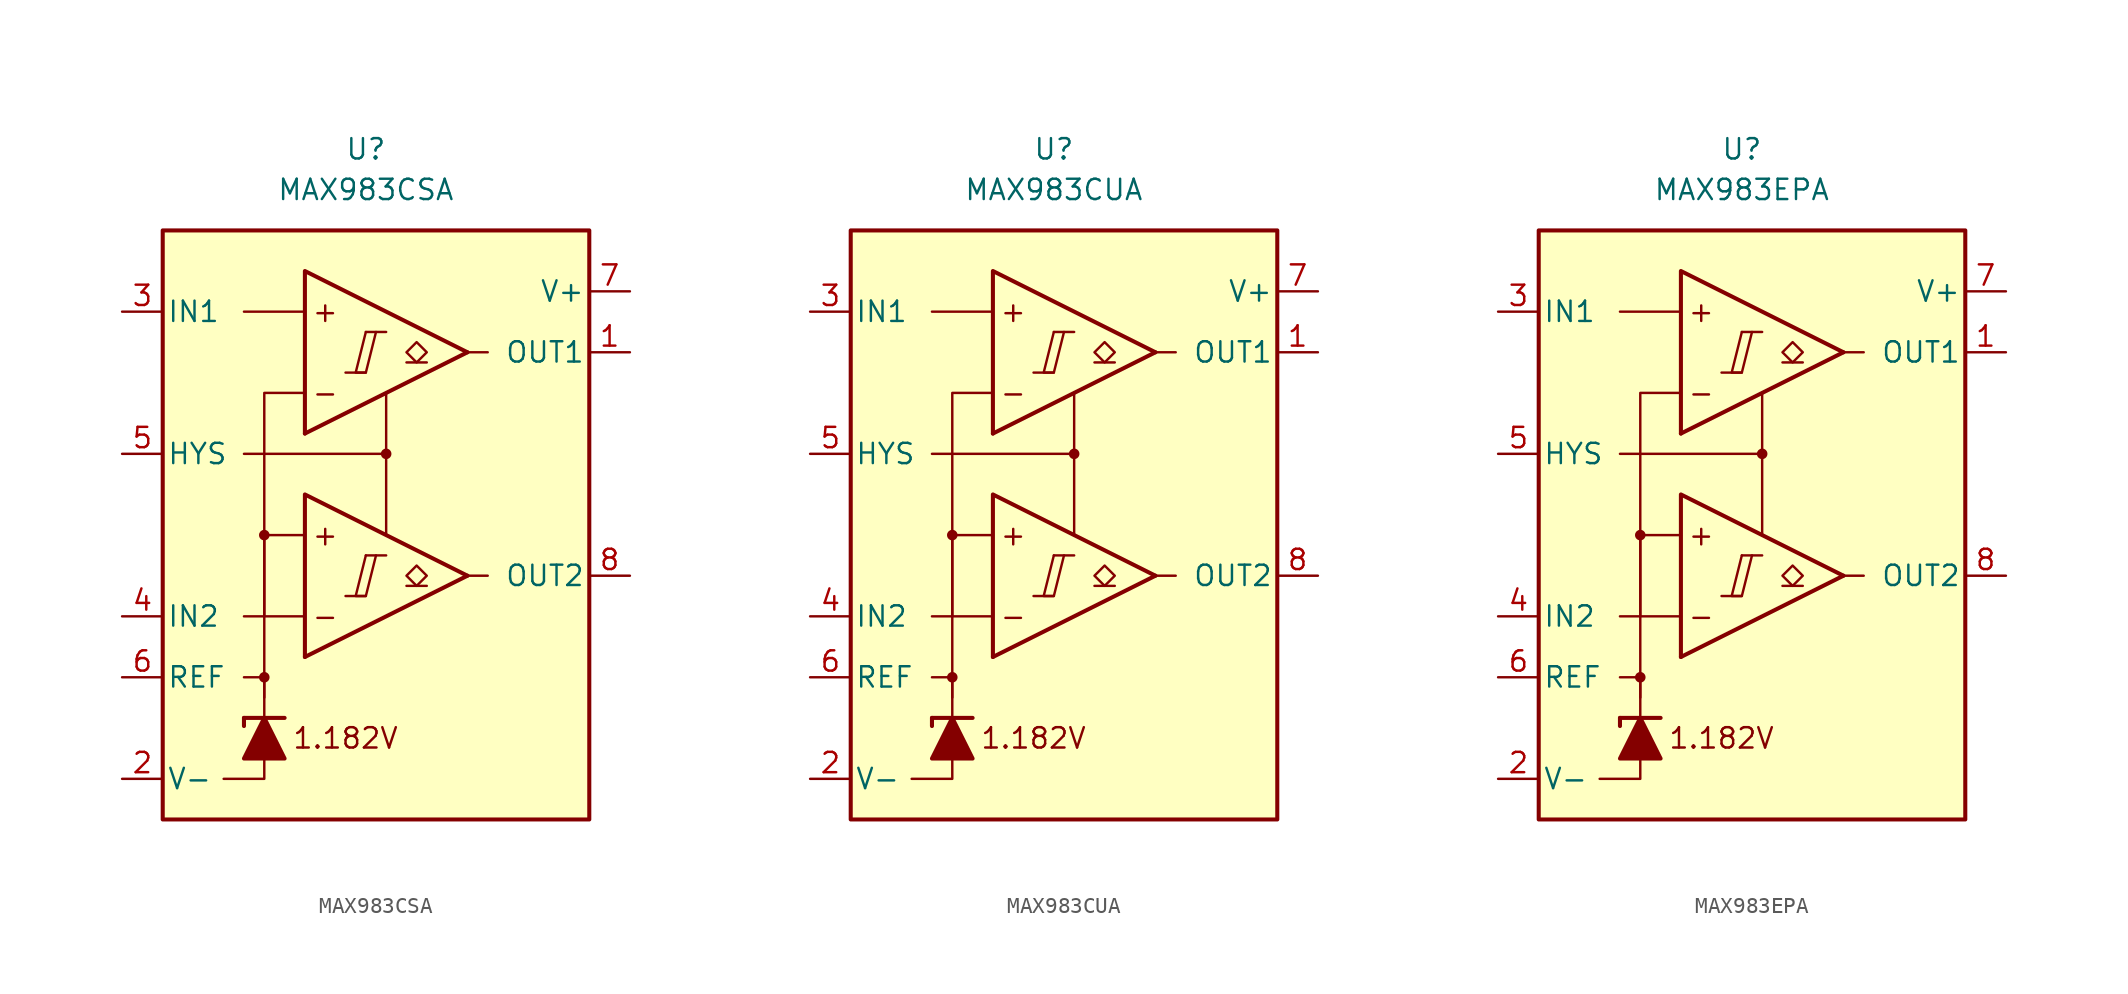
<source format=kicad_sym>
(kicad_symbol_lib
  (version 20231120)
  (generator "kicad_symbol_editor")
  (generator_version "8.0")
  (symbol "MAX983CSA"
    (pin_names
      (offset 0.254))
    (property "Reference" "U"
      (at -1.27 22.86 0)
      (effects (font (size 1.27 1.27))))
    (property "Value" "MAX983CSA"
      (at -1.27 20.32 0)
      (effects (font (size 1.27 1.27))))
    (symbol "MAX983CSA_0_0"
      (rectangle (start -13.97 17.78) (end 12.7 -19.05) (stroke (width 0.254) (type default)) (fill (type background)))
      (circle (center -7.62 -10.16) (radius 0.254) (stroke (width 0.152) (type default)) (fill (type outline)))
      (circle (center -7.62 -1.27) (radius 0.254) (stroke (width 0.152) (type default)) (fill (type outline)))
      (polyline (pts (xy -2.54 -5.08) (xy -1.27 -5.08)) (stroke (width 0.152) (type default)) (fill (type none)))
      (polyline (pts (xy -2.54 8.89) (xy -1.27 8.89)) (stroke (width 0.152) (type default)) (fill (type none)))
      (polyline (pts (xy -1.27 -2.54) (xy 0 -2.54)) (stroke (width 0.152) (type default)) (fill (type none)))
      (polyline (pts (xy -1.27 11.43) (xy 0 11.43)) (stroke (width 0.152) (type default)) (fill (type none)))
      (polyline (pts (xy 5.08 -3.81) (xy -5.08 -8.89)) (stroke (width 0.254) (type default)) (fill (type none)))
      (polyline (pts (xy 5.08 10.16) (xy -5.08 5.08)) (stroke (width 0.254) (type default)) (fill (type none)))
      (polyline (pts (xy 5.08 -3.81) (xy -5.08 1.27) (xy -5.08 -8.89)) (stroke (width 0.254) (type default)) (fill (type background)))
      (polyline (pts (xy 5.08 10.16) (xy -5.08 15.24) (xy -5.08 5.08)) (stroke (width 0.254) (type default)) (fill (type background)))
      (polyline (pts (xy -1.27 -2.54) (xy -1.905 -5.08) (xy -1.27 -5.08) (xy -0.635 -2.54)) (stroke (width 0.152) (type default)) (fill (type none)))
      (polyline (pts (xy -1.27 11.43) (xy -1.905 8.89) (xy -1.27 8.89) (xy -0.635 11.43)) (stroke (width 0.152) (type default)) (fill (type none)))
      (circle (center 0 3.81) (radius 0.254) (stroke (width 0.152) (type default)) (fill (type outline)))
      (text "+" (at -3.81 -1.27 0) (effects (font (size 1.27 1.27))))
      (text "+" (at -3.81 12.7 0) (effects (font (size 1.27 1.27))))
      (text "-" (at -3.81 -6.35 0) (effects (font (size 1.27 1.27))))
      (text "-" (at -3.81 7.62 0) (effects (font (size 1.27 1.27))))
      (text "1.182V" (at -2.54 -13.97 0) (effects (font (size 1.27 1.27)))))
    (symbol "MAX983CSA_0_1"
      (polyline (pts (xy -8.89 -12.7) (xy -8.89 -13.208)) (stroke (width 0.254) (type default)) (fill (type none)))
      (polyline (pts (xy -8.89 -12.7) (xy -6.35 -12.7)) (stroke (width 0.254) (type default)) (fill (type none)))
      (polyline (pts (xy -5.08 -6.35) (xy -8.89 -6.35)) (stroke (width 0) (type default)) (fill (type none)))
      (polyline (pts (xy -5.08 12.7) (xy -8.89 12.7)) (stroke (width 0) (type default)) (fill (type none)))
      (polyline (pts (xy 0 3.81) (xy 0 -1.27)) (stroke (width 0) (type default)) (fill (type none)))
      (polyline (pts (xy 5.08 -3.81) (xy 6.35 -3.81)) (stroke (width 0) (type default)) (fill (type none)))
      (polyline (pts (xy 5.08 10.16) (xy 6.35 10.16)) (stroke (width 0) (type default)) (fill (type none)))
      (polyline (pts (xy -7.62 -15.24) (xy -7.62 -16.51) (xy -10.16 -16.51)) (stroke (width 0) (type default)) (fill (type none)))
      (polyline (pts (xy -7.62 -12.7) (xy -7.62 -10.16) (xy -8.89 -10.16)) (stroke (width 0) (type default)) (fill (type none)))
      (polyline (pts (xy -7.62 -11.43) (xy -7.62 -1.27) (xy -5.08 -1.27)) (stroke (width 0) (type default)) (fill (type none)))
      (polyline (pts (xy -7.62 -6.35) (xy -7.62 7.62) (xy -5.08 7.62)) (stroke (width 0) (type default)) (fill (type none)))
      (polyline (pts (xy 0 7.62) (xy 0 3.81) (xy -8.89 3.81)) (stroke (width 0) (type default)) (fill (type none)))
      (polyline (pts (xy -6.35 -15.24) (xy -8.89 -15.24) (xy -7.62 -12.7) (xy -6.35 -15.24)) (stroke (width 0.254) (type default)) (fill (type outline))))
    (symbol "MAX983CSA_1_1"
      (polyline (pts (xy 2.54 -4.445) (xy 1.27 -4.445)) (stroke (width 0.152) (type default)) (fill (type none)))
      (polyline (pts (xy 2.54 9.525) (xy 1.27 9.525)) (stroke (width 0.152) (type default)) (fill (type none)))
      (polyline (pts (xy 1.905 -4.445) (xy 1.27 -3.81) (xy 1.905 -3.175) (xy 2.54 -3.81) (xy 1.905 -4.445)) (stroke (width 0.152) (type default)) (fill (type none)))
      (polyline (pts (xy 1.905 9.525) (xy 1.27 10.16) (xy 1.905 10.795) (xy 2.54 10.16) (xy 1.905 9.525)) (stroke (width 0.152) (type default)) (fill (type none)))
      (pin output line (at 15.24 10.16 180) (length 2.54) (name "OUT1" (effects (font (size 1.27 1.27)))) (number "1" (effects (font (size 1.27 1.27)))))
      (pin power_in line (at -16.51 -16.51 0) (length 2.54) (name "V-" (effects (font (size 1.27 1.27)))) (number "2" (effects (font (size 1.27 1.27)))))
      (pin input line (at -16.51 12.7 0) (length 2.54) (name "IN1" (effects (font (size 1.27 1.27)))) (number "3" (effects (font (size 1.27 1.27)))))
      (pin input line (at -16.51 -6.35 0) (length 2.54) (name "IN2" (effects (font (size 1.27 1.27)))) (number "4" (effects (font (size 1.27 1.27)))))
      (pin input line (at -16.51 3.81 0) (length 2.54) (name "HYS" (effects (font (size 1.27 1.27)))) (number "5" (effects (font (size 1.27 1.27)))))
      (pin output line (at -16.51 -10.16 0) (length 2.54) (name "REF" (effects (font (size 1.27 1.27)))) (number "6" (effects (font (size 1.27 1.27)))))
      (pin power_in line (at 15.24 13.97 180) (length 2.54) (name "V+" (effects (font (size 1.27 1.27)))) (number "7" (effects (font (size 1.27 1.27)))))
      (pin output line (at 15.24 -3.81 180) (length 2.54) (name "OUT2" (effects (font (size 1.27 1.27)))) (number "8" (effects (font (size 1.27 1.27)))))))
  (symbol "MAX983CUA"
    (pin_names
      (offset 0.254))
    (property "Reference" "U"
      (at -1.27 22.86 0)
      (effects (font (size 1.27 1.27))))
    (property "Value" "MAX983CUA"
      (at -1.27 20.32 0)
      (effects (font (size 1.27 1.27))))
    (symbol "MAX983CUA_0_0"
      (rectangle (start -13.97 17.78) (end 12.7 -19.05) (stroke (width 0.254) (type default)) (fill (type background)))
      (circle (center -7.62 -10.16) (radius 0.254) (stroke (width 0.152) (type default)) (fill (type outline)))
      (circle (center -7.62 -1.27) (radius 0.254) (stroke (width 0.152) (type default)) (fill (type outline)))
      (polyline (pts (xy -2.54 -5.08) (xy -1.27 -5.08)) (stroke (width 0.152) (type default)) (fill (type none)))
      (polyline (pts (xy -2.54 8.89) (xy -1.27 8.89)) (stroke (width 0.152) (type default)) (fill (type none)))
      (polyline (pts (xy -1.27 -2.54) (xy 0 -2.54)) (stroke (width 0.152) (type default)) (fill (type none)))
      (polyline (pts (xy -1.27 11.43) (xy 0 11.43)) (stroke (width 0.152) (type default)) (fill (type none)))
      (polyline (pts (xy 5.08 -3.81) (xy -5.08 -8.89)) (stroke (width 0.254) (type default)) (fill (type none)))
      (polyline (pts (xy 5.08 10.16) (xy -5.08 5.08)) (stroke (width 0.254) (type default)) (fill (type none)))
      (polyline (pts (xy 5.08 -3.81) (xy -5.08 1.27) (xy -5.08 -8.89)) (stroke (width 0.254) (type default)) (fill (type background)))
      (polyline (pts (xy 5.08 10.16) (xy -5.08 15.24) (xy -5.08 5.08)) (stroke (width 0.254) (type default)) (fill (type background)))
      (polyline (pts (xy -1.27 -2.54) (xy -1.905 -5.08) (xy -1.27 -5.08) (xy -0.635 -2.54)) (stroke (width 0.152) (type default)) (fill (type none)))
      (polyline (pts (xy -1.27 11.43) (xy -1.905 8.89) (xy -1.27 8.89) (xy -0.635 11.43)) (stroke (width 0.152) (type default)) (fill (type none)))
      (circle (center 0 3.81) (radius 0.254) (stroke (width 0.152) (type default)) (fill (type outline)))
      (text "+" (at -3.81 -1.27 0) (effects (font (size 1.27 1.27))))
      (text "+" (at -3.81 12.7 0) (effects (font (size 1.27 1.27))))
      (text "-" (at -3.81 -6.35 0) (effects (font (size 1.27 1.27))))
      (text "-" (at -3.81 7.62 0) (effects (font (size 1.27 1.27))))
      (text "1.182V" (at -2.54 -13.97 0) (effects (font (size 1.27 1.27)))))
    (symbol "MAX983CUA_0_1"
      (polyline (pts (xy -8.89 -12.7) (xy -8.89 -13.208)) (stroke (width 0.254) (type default)) (fill (type none)))
      (polyline (pts (xy -8.89 -12.7) (xy -6.35 -12.7)) (stroke (width 0.254) (type default)) (fill (type none)))
      (polyline (pts (xy -5.08 -6.35) (xy -8.89 -6.35)) (stroke (width 0) (type default)) (fill (type none)))
      (polyline (pts (xy -5.08 12.7) (xy -8.89 12.7)) (stroke (width 0) (type default)) (fill (type none)))
      (polyline (pts (xy 0 3.81) (xy 0 -1.27)) (stroke (width 0) (type default)) (fill (type none)))
      (polyline (pts (xy 5.08 -3.81) (xy 6.35 -3.81)) (stroke (width 0) (type default)) (fill (type none)))
      (polyline (pts (xy 5.08 10.16) (xy 6.35 10.16)) (stroke (width 0) (type default)) (fill (type none)))
      (polyline (pts (xy -7.62 -15.24) (xy -7.62 -16.51) (xy -10.16 -16.51)) (stroke (width 0) (type default)) (fill (type none)))
      (polyline (pts (xy -7.62 -12.7) (xy -7.62 -10.16) (xy -8.89 -10.16)) (stroke (width 0) (type default)) (fill (type none)))
      (polyline (pts (xy -7.62 -11.43) (xy -7.62 -1.27) (xy -5.08 -1.27)) (stroke (width 0) (type default)) (fill (type none)))
      (polyline (pts (xy -7.62 -6.35) (xy -7.62 7.62) (xy -5.08 7.62)) (stroke (width 0) (type default)) (fill (type none)))
      (polyline (pts (xy 0 7.62) (xy 0 3.81) (xy -8.89 3.81)) (stroke (width 0) (type default)) (fill (type none)))
      (polyline (pts (xy -6.35 -15.24) (xy -8.89 -15.24) (xy -7.62 -12.7) (xy -6.35 -15.24)) (stroke (width 0.254) (type default)) (fill (type outline))))
    (symbol "MAX983CUA_1_1"
      (polyline (pts (xy 2.54 -4.445) (xy 1.27 -4.445)) (stroke (width 0.152) (type default)) (fill (type none)))
      (polyline (pts (xy 2.54 9.525) (xy 1.27 9.525)) (stroke (width 0.152) (type default)) (fill (type none)))
      (polyline (pts (xy 1.905 -4.445) (xy 1.27 -3.81) (xy 1.905 -3.175) (xy 2.54 -3.81) (xy 1.905 -4.445)) (stroke (width 0.152) (type default)) (fill (type none)))
      (polyline (pts (xy 1.905 9.525) (xy 1.27 10.16) (xy 1.905 10.795) (xy 2.54 10.16) (xy 1.905 9.525)) (stroke (width 0.152) (type default)) (fill (type none)))
      (pin output line (at 15.24 10.16 180) (length 2.54) (name "OUT1" (effects (font (size 1.27 1.27)))) (number "1" (effects (font (size 1.27 1.27)))))
      (pin power_in line (at -16.51 -16.51 0) (length 2.54) (name "V-" (effects (font (size 1.27 1.27)))) (number "2" (effects (font (size 1.27 1.27)))))
      (pin input line (at -16.51 12.7 0) (length 2.54) (name "IN1" (effects (font (size 1.27 1.27)))) (number "3" (effects (font (size 1.27 1.27)))))
      (pin input line (at -16.51 -6.35 0) (length 2.54) (name "IN2" (effects (font (size 1.27 1.27)))) (number "4" (effects (font (size 1.27 1.27)))))
      (pin input line (at -16.51 3.81 0) (length 2.54) (name "HYS" (effects (font (size 1.27 1.27)))) (number "5" (effects (font (size 1.27 1.27)))))
      (pin output line (at -16.51 -10.16 0) (length 2.54) (name "REF" (effects (font (size 1.27 1.27)))) (number "6" (effects (font (size 1.27 1.27)))))
      (pin power_in line (at 15.24 13.97 180) (length 2.54) (name "V+" (effects (font (size 1.27 1.27)))) (number "7" (effects (font (size 1.27 1.27)))))
      (pin output line (at 15.24 -3.81 180) (length 2.54) (name "OUT2" (effects (font (size 1.27 1.27)))) (number "8" (effects (font (size 1.27 1.27)))))))
  (symbol "MAX983EPA"
    (pin_names
      (offset 0.254))
    (property "Reference" "U"
      (at -1.27 22.86 0)
      (effects (font (size 1.27 1.27))))
    (property "Value" "MAX983EPA"
      (at -1.27 20.32 0)
      (effects (font (size 1.27 1.27))))
    (symbol "MAX983EPA_0_0"
      (rectangle (start -13.97 17.78) (end 12.7 -19.05) (stroke (width 0.254) (type default)) (fill (type background)))
      (circle (center -7.62 -10.16) (radius 0.254) (stroke (width 0.152) (type default)) (fill (type outline)))
      (circle (center -7.62 -1.27) (radius 0.254) (stroke (width 0.152) (type default)) (fill (type outline)))
      (polyline (pts (xy -2.54 -5.08) (xy -1.27 -5.08)) (stroke (width 0.152) (type default)) (fill (type none)))
      (polyline (pts (xy -2.54 8.89) (xy -1.27 8.89)) (stroke (width 0.152) (type default)) (fill (type none)))
      (polyline (pts (xy -1.27 -2.54) (xy 0 -2.54)) (stroke (width 0.152) (type default)) (fill (type none)))
      (polyline (pts (xy -1.27 11.43) (xy 0 11.43)) (stroke (width 0.152) (type default)) (fill (type none)))
      (polyline (pts (xy 5.08 -3.81) (xy -5.08 -8.89)) (stroke (width 0.254) (type default)) (fill (type none)))
      (polyline (pts (xy 5.08 10.16) (xy -5.08 5.08)) (stroke (width 0.254) (type default)) (fill (type none)))
      (polyline (pts (xy 5.08 -3.81) (xy -5.08 1.27) (xy -5.08 -8.89)) (stroke (width 0.254) (type default)) (fill (type background)))
      (polyline (pts (xy 5.08 10.16) (xy -5.08 15.24) (xy -5.08 5.08)) (stroke (width 0.254) (type default)) (fill (type background)))
      (polyline (pts (xy -1.27 -2.54) (xy -1.905 -5.08) (xy -1.27 -5.08) (xy -0.635 -2.54)) (stroke (width 0.152) (type default)) (fill (type none)))
      (polyline (pts (xy -1.27 11.43) (xy -1.905 8.89) (xy -1.27 8.89) (xy -0.635 11.43)) (stroke (width 0.152) (type default)) (fill (type none)))
      (circle (center 0 3.81) (radius 0.254) (stroke (width 0.152) (type default)) (fill (type outline)))
      (text "+" (at -3.81 -1.27 0) (effects (font (size 1.27 1.27))))
      (text "+" (at -3.81 12.7 0) (effects (font (size 1.27 1.27))))
      (text "-" (at -3.81 -6.35 0) (effects (font (size 1.27 1.27))))
      (text "-" (at -3.81 7.62 0) (effects (font (size 1.27 1.27))))
      (text "1.182V" (at -2.54 -13.97 0) (effects (font (size 1.27 1.27)))))
    (symbol "MAX983EPA_0_1"
      (polyline (pts (xy -8.89 -12.7) (xy -8.89 -13.208)) (stroke (width 0.254) (type default)) (fill (type none)))
      (polyline (pts (xy -8.89 -12.7) (xy -6.35 -12.7)) (stroke (width 0.254) (type default)) (fill (type none)))
      (polyline (pts (xy -5.08 -6.35) (xy -8.89 -6.35)) (stroke (width 0) (type default)) (fill (type none)))
      (polyline (pts (xy -5.08 12.7) (xy -8.89 12.7)) (stroke (width 0) (type default)) (fill (type none)))
      (polyline (pts (xy 0 3.81) (xy 0 -1.27)) (stroke (width 0) (type default)) (fill (type none)))
      (polyline (pts (xy 5.08 -3.81) (xy 6.35 -3.81)) (stroke (width 0) (type default)) (fill (type none)))
      (polyline (pts (xy 5.08 10.16) (xy 6.35 10.16)) (stroke (width 0) (type default)) (fill (type none)))
      (polyline (pts (xy -7.62 -15.24) (xy -7.62 -16.51) (xy -10.16 -16.51)) (stroke (width 0) (type default)) (fill (type none)))
      (polyline (pts (xy -7.62 -12.7) (xy -7.62 -10.16) (xy -8.89 -10.16)) (stroke (width 0) (type default)) (fill (type none)))
      (polyline (pts (xy -7.62 -11.43) (xy -7.62 -1.27) (xy -5.08 -1.27)) (stroke (width 0) (type default)) (fill (type none)))
      (polyline (pts (xy -7.62 -6.35) (xy -7.62 7.62) (xy -5.08 7.62)) (stroke (width 0) (type default)) (fill (type none)))
      (polyline (pts (xy 0 7.62) (xy 0 3.81) (xy -8.89 3.81)) (stroke (width 0) (type default)) (fill (type none)))
      (polyline (pts (xy -6.35 -15.24) (xy -8.89 -15.24) (xy -7.62 -12.7) (xy -6.35 -15.24)) (stroke (width 0.254) (type default)) (fill (type outline))))
    (symbol "MAX983EPA_1_1"
      (polyline (pts (xy 2.54 -4.445) (xy 1.27 -4.445)) (stroke (width 0.152) (type default)) (fill (type none)))
      (polyline (pts (xy 2.54 9.525) (xy 1.27 9.525)) (stroke (width 0.152) (type default)) (fill (type none)))
      (polyline (pts (xy 1.905 -4.445) (xy 1.27 -3.81) (xy 1.905 -3.175) (xy 2.54 -3.81) (xy 1.905 -4.445)) (stroke (width 0.152) (type default)) (fill (type none)))
      (polyline (pts (xy 1.905 9.525) (xy 1.27 10.16) (xy 1.905 10.795) (xy 2.54 10.16) (xy 1.905 9.525)) (stroke (width 0.152) (type default)) (fill (type none)))
      (pin output line (at 15.24 10.16 180) (length 2.54) (name "OUT1" (effects (font (size 1.27 1.27)))) (number "1" (effects (font (size 1.27 1.27)))))
      (pin power_in line (at -16.51 -16.51 0) (length 2.54) (name "V-" (effects (font (size 1.27 1.27)))) (number "2" (effects (font (size 1.27 1.27)))))
      (pin input line (at -16.51 12.7 0) (length 2.54) (name "IN1" (effects (font (size 1.27 1.27)))) (number "3" (effects (font (size 1.27 1.27)))))
      (pin input line (at -16.51 -6.35 0) (length 2.54) (name "IN2" (effects (font (size 1.27 1.27)))) (number "4" (effects (font (size 1.27 1.27)))))
      (pin input line (at -16.51 3.81 0) (length 2.54) (name "HYS" (effects (font (size 1.27 1.27)))) (number "5" (effects (font (size 1.27 1.27)))))
      (pin output line (at -16.51 -10.16 0) (length 2.54) (name "REF" (effects (font (size 1.27 1.27)))) (number "6" (effects (font (size 1.27 1.27)))))
      (pin power_in line (at 15.24 13.97 180) (length 2.54) (name "V+" (effects (font (size 1.27 1.27)))) (number "7" (effects (font (size 1.27 1.27)))))
      (pin output line (at 15.24 -3.81 180) (length 2.54) (name "OUT2" (effects (font (size 1.27 1.27)))) (number "8" (effects (font (size 1.27 1.27))))))))
</source>
